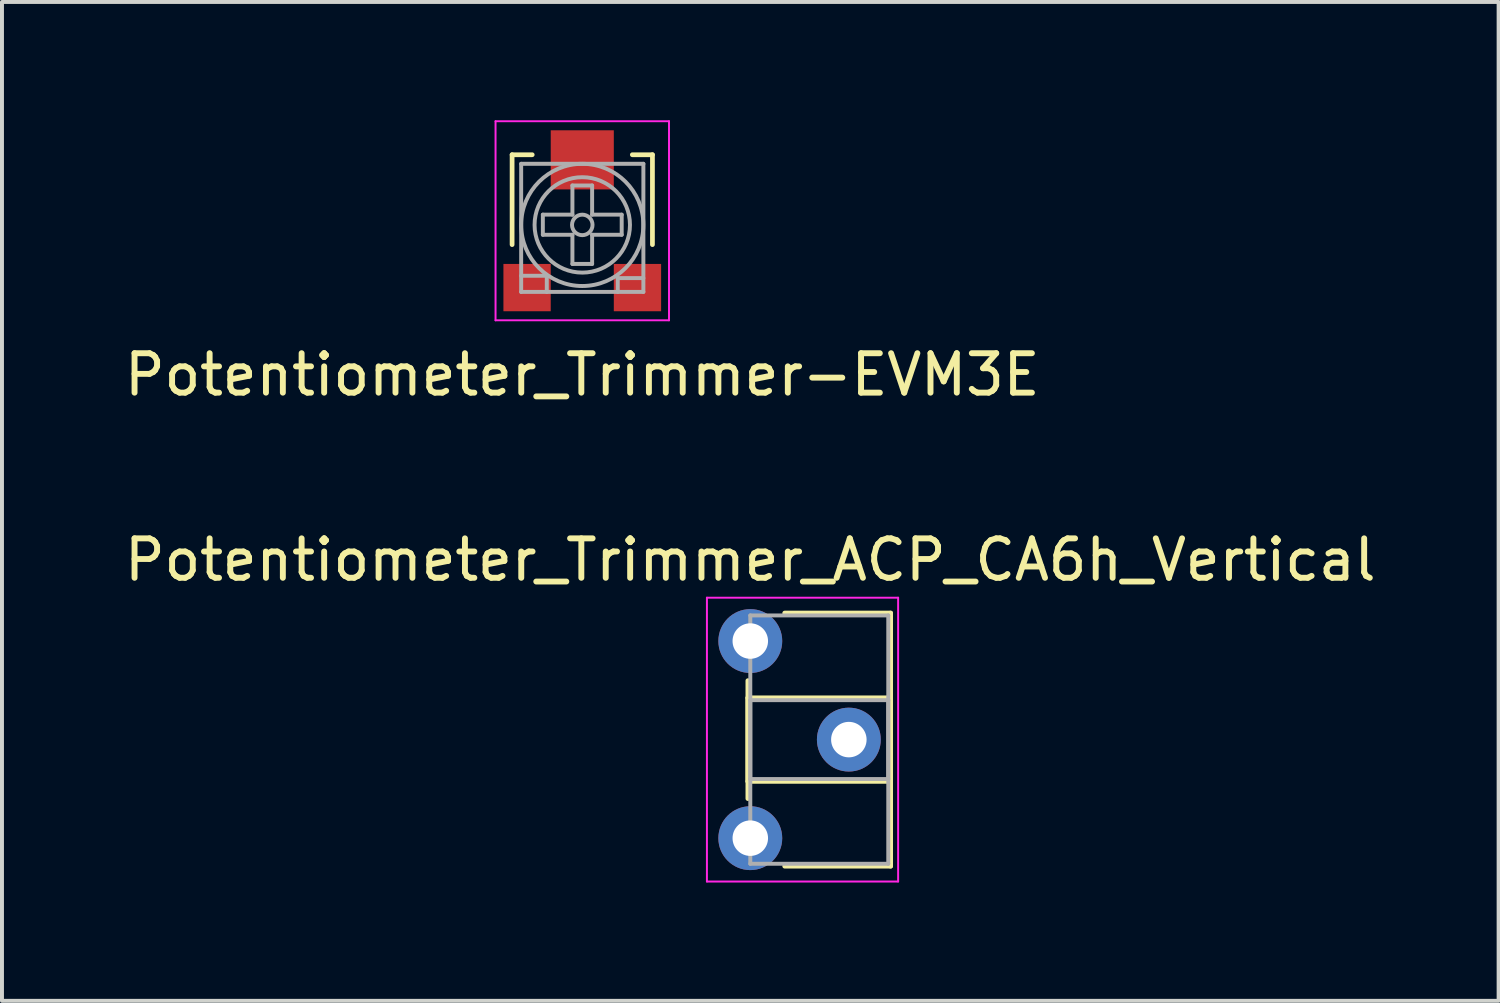
<source format=kicad_pcb>
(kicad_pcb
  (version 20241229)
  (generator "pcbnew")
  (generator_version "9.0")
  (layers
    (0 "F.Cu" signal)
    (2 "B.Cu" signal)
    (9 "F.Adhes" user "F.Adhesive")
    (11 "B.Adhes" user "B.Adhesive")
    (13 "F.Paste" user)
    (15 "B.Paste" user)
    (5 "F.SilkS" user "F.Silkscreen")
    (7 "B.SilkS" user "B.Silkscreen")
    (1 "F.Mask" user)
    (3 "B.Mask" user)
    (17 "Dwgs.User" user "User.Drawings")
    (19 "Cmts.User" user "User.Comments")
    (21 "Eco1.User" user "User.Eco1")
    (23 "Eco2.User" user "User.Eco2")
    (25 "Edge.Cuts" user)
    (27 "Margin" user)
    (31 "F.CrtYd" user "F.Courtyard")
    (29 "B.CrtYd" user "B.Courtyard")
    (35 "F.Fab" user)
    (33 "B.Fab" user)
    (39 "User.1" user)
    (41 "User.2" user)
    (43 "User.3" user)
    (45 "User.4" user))
  (footprint "Potentiometer_Trimmer-EVM3E"
    (layer "F.Cu")
    (at 11.72 2.625)
    (property "Reference" "Potentiometer_Trimmer-EVM3E" (at 0 3.83 0) (layer "F.SilkS") (effects (font (size 1 1) (thickness 0.15))))
    (attr smd)
    (fp_line (start -1.78 -1.75) (end -1.27 -1.75) (stroke (width 0.12) (type solid)) (layer "F.SilkS"))
    (fp_line (start -1.78 0.53) (end -1.78 -1.75) (stroke (width 0.12) (type solid)) (layer "F.SilkS"))
    (fp_line (start 1.27 -1.75) (end 1.78 -1.75) (stroke (width 0.12) (type solid)) (layer "F.SilkS"))
    (fp_line (start 1.78 -1.75) (end 1.78 0.53) (stroke (width 0.12) (type solid)) (layer "F.SilkS"))
    (fp_line (start -2.2 -2.6) (end 2.2 -2.6) (stroke (width 0.05) (type solid)) (layer "F.CrtYd"))
    (fp_line (start -2.2 2.45) (end -2.2 -2.6) (stroke (width 0.05) (type solid)) (layer "F.CrtYd"))
    (fp_line (start 2.2 -2.6) (end 2.2 2.45) (stroke (width 0.05) (type solid)) (layer "F.CrtYd"))
    (fp_line (start 2.2 2.45) (end -2.2 2.45) (stroke (width 0.05) (type solid)) (layer "F.CrtYd"))
    (fp_line (start -1.55 -1.52) (end 1.55 -1.52) (stroke (width 0.1) (type solid)) (layer "F.Fab"))
    (fp_line (start -1.55 1.32) (end -0.9 1.32) (stroke (width 0.1) (type solid)) (layer "F.Fab"))
    (fp_line (start -1.55 1.73) (end -1.55 -1.52) (stroke (width 0.1) (type solid)) (layer "F.Fab"))
    (fp_line (start -1 -0.23) (end -0.25 -0.23) (stroke (width 0.1) (type solid)) (layer "F.Fab"))
    (fp_line (start -1 0.28) (end -1 -0.23) (stroke (width 0.1) (type solid)) (layer "F.Fab"))
    (fp_line (start -0.9 1.32) (end -0.9 1.73) (stroke (width 0.1) (type solid)) (layer "F.Fab"))
    (fp_line (start -0.25 -0.97) (end 0.25 -0.97) (stroke (width 0.1) (type solid)) (layer "F.Fab"))
    (fp_line (start -0.25 -0.23) (end -0.25 -0.97) (stroke (width 0.1) (type solid)) (layer "F.Fab"))
    (fp_line (start -0.25 0.28) (end -1 0.28) (stroke (width 0.1) (type solid)) (layer "F.Fab"))
    (fp_line (start -0.25 1.02) (end -0.25 0.28) (stroke (width 0.1) (type solid)) (layer "F.Fab"))
    (fp_line (start 0.25 -0.97) (end 0.25 -0.23) (stroke (width 0.1) (type solid)) (layer "F.Fab"))
    (fp_line (start 0.25 -0.23) (end 1 -0.23) (stroke (width 0.1) (type solid)) (layer "F.Fab"))
    (fp_line (start 0.25 0.28) (end 0.25 1.02) (stroke (width 0.1) (type solid)) (layer "F.Fab"))
    (fp_line (start 0.25 1.02) (end -0.25 1.02) (stroke (width 0.1) (type solid)) (layer "F.Fab"))
    (fp_line (start 0.9 1.38) (end 0.9 1.73) (stroke (width 0.1) (type solid)) (layer "F.Fab"))
    (fp_line (start 1 -0.23) (end 1 0.28) (stroke (width 0.1) (type solid)) (layer "F.Fab"))
    (fp_line (start 1 0.28) (end 0.25 0.28) (stroke (width 0.1) (type solid)) (layer "F.Fab"))
    (fp_line (start 1.55 -1.52) (end 1.55 1.73) (stroke (width 0.1) (type solid)) (layer "F.Fab"))
    (fp_line (start 1.55 1.38) (end 0.9 1.38) (stroke (width 0.1) (type solid)) (layer "F.Fab"))
    (fp_line (start 1.55 1.73) (end -1.55 1.73) (stroke (width 0.1) (type solid)) (layer "F.Fab"))
    (fp_circle (center 0 0.03) (end 0 -1.52) (stroke (width 0.1) (type solid)) (fill no) (layer "F.Fab"))
    (fp_circle (center 0 0.03) (end 0 -1.18) (stroke (width 0.1) (type solid)) (fill no) (layer "F.Fab"))
    (fp_circle (center 0 0.03) (end 0 -0.23) (stroke (width 0.1) (type solid)) (fill no) (layer "F.Fab"))
    (pad "1" smd rect (at -1.4 1.62) (size 1.2 1.2) (layers "F.Cu" "F.Mask" "F.Paste"))
    (pad "2" smd rect (at 0 -1.62) (size 1.6 1.5) (layers "F.Cu" "F.Mask" "F.Paste"))
    (pad "3" smd rect (at 1.4 1.62) (size 1.2 1.2) (layers "F.Cu" "F.Mask" "F.Paste")))
  (footprint "Potentiometer_Trimmer_ACP_CA6h_Vertical"
    (layer "F.Cu")
    (at 15.982 13.211)
    (property "Reference" "Potentiometer_Trimmer_ACP_CA6h_Vertical" (at 0 -2.06 0) (layer "F.SilkS") (effects (font (size 1 1) (thickness 0.15))))
    (attr through_hole)
    (fp_line (start -0.061 1.005) (end -0.061 3.996) (stroke (width 0.12) (type solid)) (layer "F.SilkS"))
    (fp_line (start -0.061 1.44) (end -0.061 3.56) (stroke (width 0.12) (type solid)) (layer "F.SilkS"))
    (fp_line (start -0.061 1.44) (end 3.56 1.44) (stroke (width 0.12) (type solid)) (layer "F.SilkS"))
    (fp_line (start -0.061 3.56) (end 3.56 3.56) (stroke (width 0.12) (type solid)) (layer "F.SilkS"))
    (fp_line (start 0.873 -0.71) (end 3.56 -0.71) (stroke (width 0.12) (type solid)) (layer "F.SilkS"))
    (fp_line (start 0.873 5.71) (end 3.56 5.71) (stroke (width 0.12) (type solid)) (layer "F.SilkS"))
    (fp_line (start 3.56 -0.71) (end 3.56 5.71) (stroke (width 0.12) (type solid)) (layer "F.SilkS"))
    (fp_line (start 3.56 1.44) (end 3.56 3.56) (stroke (width 0.12) (type solid)) (layer "F.SilkS"))
    (fp_line (start -1.1 -1.1) (end -1.1 6.1) (stroke (width 0.05) (type solid)) (layer "F.CrtYd"))
    (fp_line (start -1.1 6.1) (end 3.75 6.1) (stroke (width 0.05) (type solid)) (layer "F.CrtYd"))
    (fp_line (start 3.75 -1.1) (end -1.1 -1.1) (stroke (width 0.05) (type solid)) (layer "F.CrtYd"))
    (fp_line (start 3.75 6.1) (end 3.75 -1.1) (stroke (width 0.05) (type solid)) (layer "F.CrtYd"))
    (fp_line (start 0 -0.65) (end 3.5 -0.65) (stroke (width 0.1) (type solid)) (layer "F.Fab"))
    (fp_line (start 0 1.5) (end 0 3.5) (stroke (width 0.1) (type solid)) (layer "F.Fab"))
    (fp_line (start 0 3.5) (end 3.5 3.5) (stroke (width 0.1) (type solid)) (layer "F.Fab"))
    (fp_line (start 0 5.65) (end 0 -0.65) (stroke (width 0.1) (type solid)) (layer "F.Fab"))
    (fp_line (start 3.5 -0.65) (end 3.5 5.65) (stroke (width 0.1) (type solid)) (layer "F.Fab"))
    (fp_line (start 3.5 1.5) (end 0 1.5) (stroke (width 0.1) (type solid)) (layer "F.Fab"))
    (fp_line (start 3.5 3.5) (end 3.5 1.5) (stroke (width 0.1) (type solid)) (layer "F.Fab"))
    (fp_line (start 3.5 5.65) (end 0 5.65) (stroke (width 0.1) (type solid)) (layer "F.Fab"))
    (pad "1" thru_hole circle (at 0 0) (size 1.62 1.62) (drill 0.9) (layers "*.Cu" "*.Mask"))
    (pad "2" thru_hole circle (at 2.5 2.5) (size 1.62 1.62) (drill 0.9) (layers "*.Cu" "*.Mask"))
    (pad "3" thru_hole circle (at 0 5) (size 1.62 1.62) (drill 0.9) (layers "*.Cu" "*.Mask")))
  (gr_rect
    (start -3 -3)
    (end 34.964 22.337)
    (stroke (width 0.1) (type default))
    (fill no)
    (layer "Edge.Cuts")))
</source>
